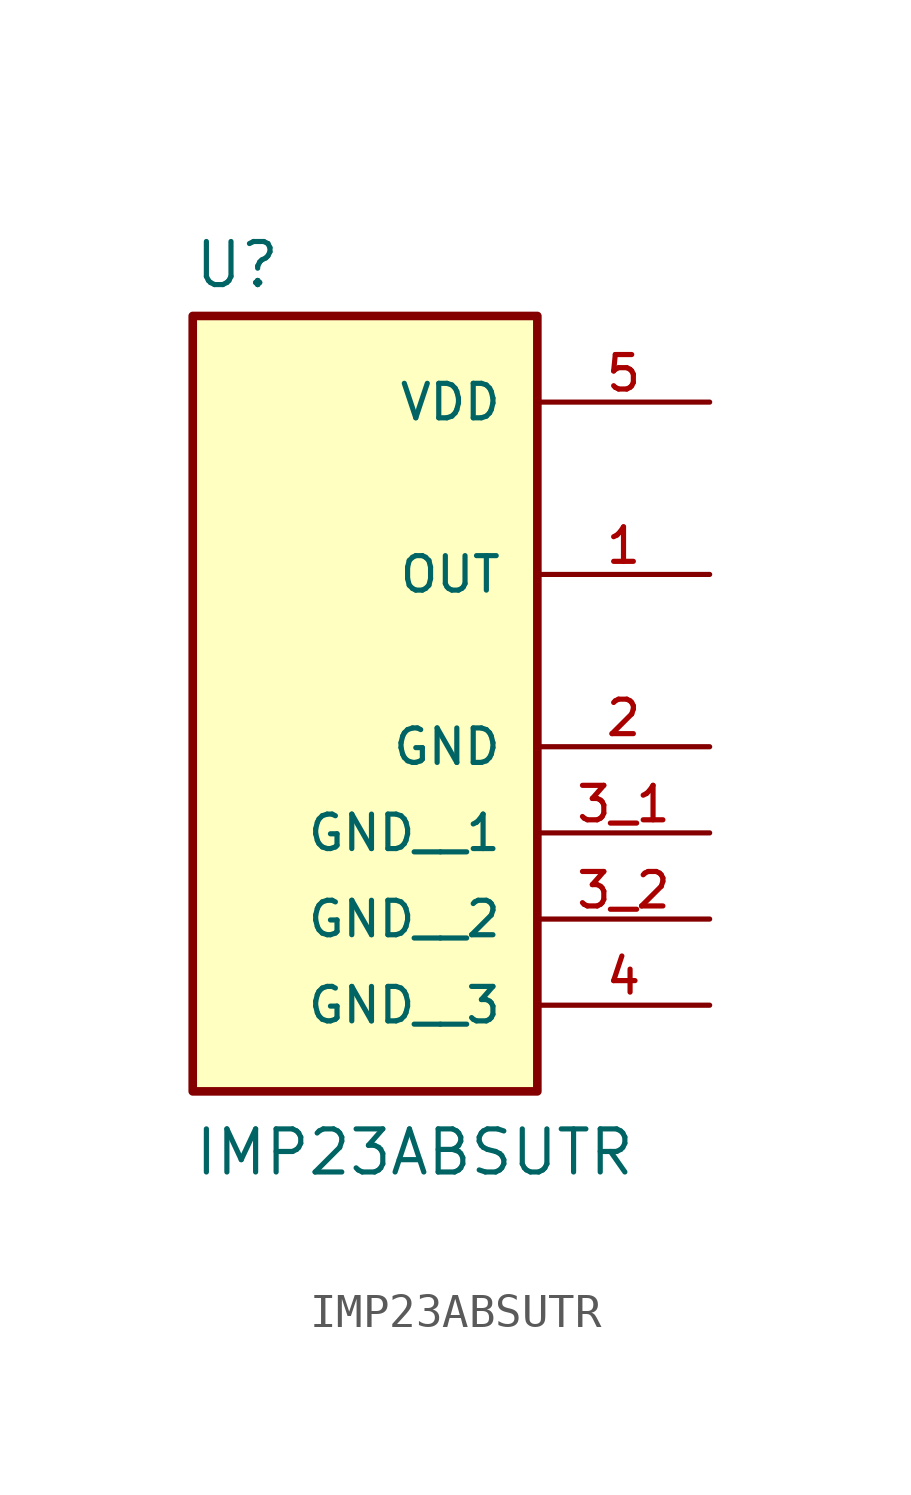
<source format=kicad_sym>
(kicad_symbol_lib
  (version 20211014)
  (generator kicad_symbol_editor)
  (symbol "IMP23ABSUTR"
    (pin_names
      (offset 1.016))
    (property "Reference" "U"
      (at -5.08 8.382 0)
      (effects (font (size 1.27 1.27)) (justify bottom left)))
    (property "Value" "IMP23ABSUTR"
      (at -5.08 -17.78 0)
      (effects (font (size 1.27 1.27)) (justify bottom left)))
    (symbol "IMP23ABSUTR_0_0"
      (rectangle (start -5.08 -15.24) (end 5.08 7.62) (stroke (width 0.254)) (fill (type background)))
      (pin output line (at 10.16 0.0 180.0) (length 5.08) (name "OUT" (effects (font (size 1.016 1.016)))) (number "1" (effects (font (size 1.016 1.016)))))
      (pin power_in line (at 10.16 -5.08 180.0) (length 5.08) (name "GND" (effects (font (size 1.016 1.016)))) (number "2" (effects (font (size 1.016 1.016)))))
      (pin power_in line (at 10.16 5.08 180.0) (length 5.08) (name "VDD" (effects (font (size 1.016 1.016)))) (number "5" (effects (font (size 1.016 1.016)))))
      (pin power_in line (at 10.16 -7.62 180.0) (length 5.08) (name "GND__1" (effects (font (size 1.016 1.016)))) (number "3_1" (effects (font (size 1.016 1.016)))))
      (pin power_in line (at 10.16 -10.16 180.0) (length 5.08) (name "GND__2" (effects (font (size 1.016 1.016)))) (number "3_2" (effects (font (size 1.016 1.016)))))
      (pin power_in line (at 10.16 -12.7 180.0) (length 5.08) (name "GND__3" (effects (font (size 1.016 1.016)))) (number "4" (effects (font (size 1.016 1.016))))))))
</source>
